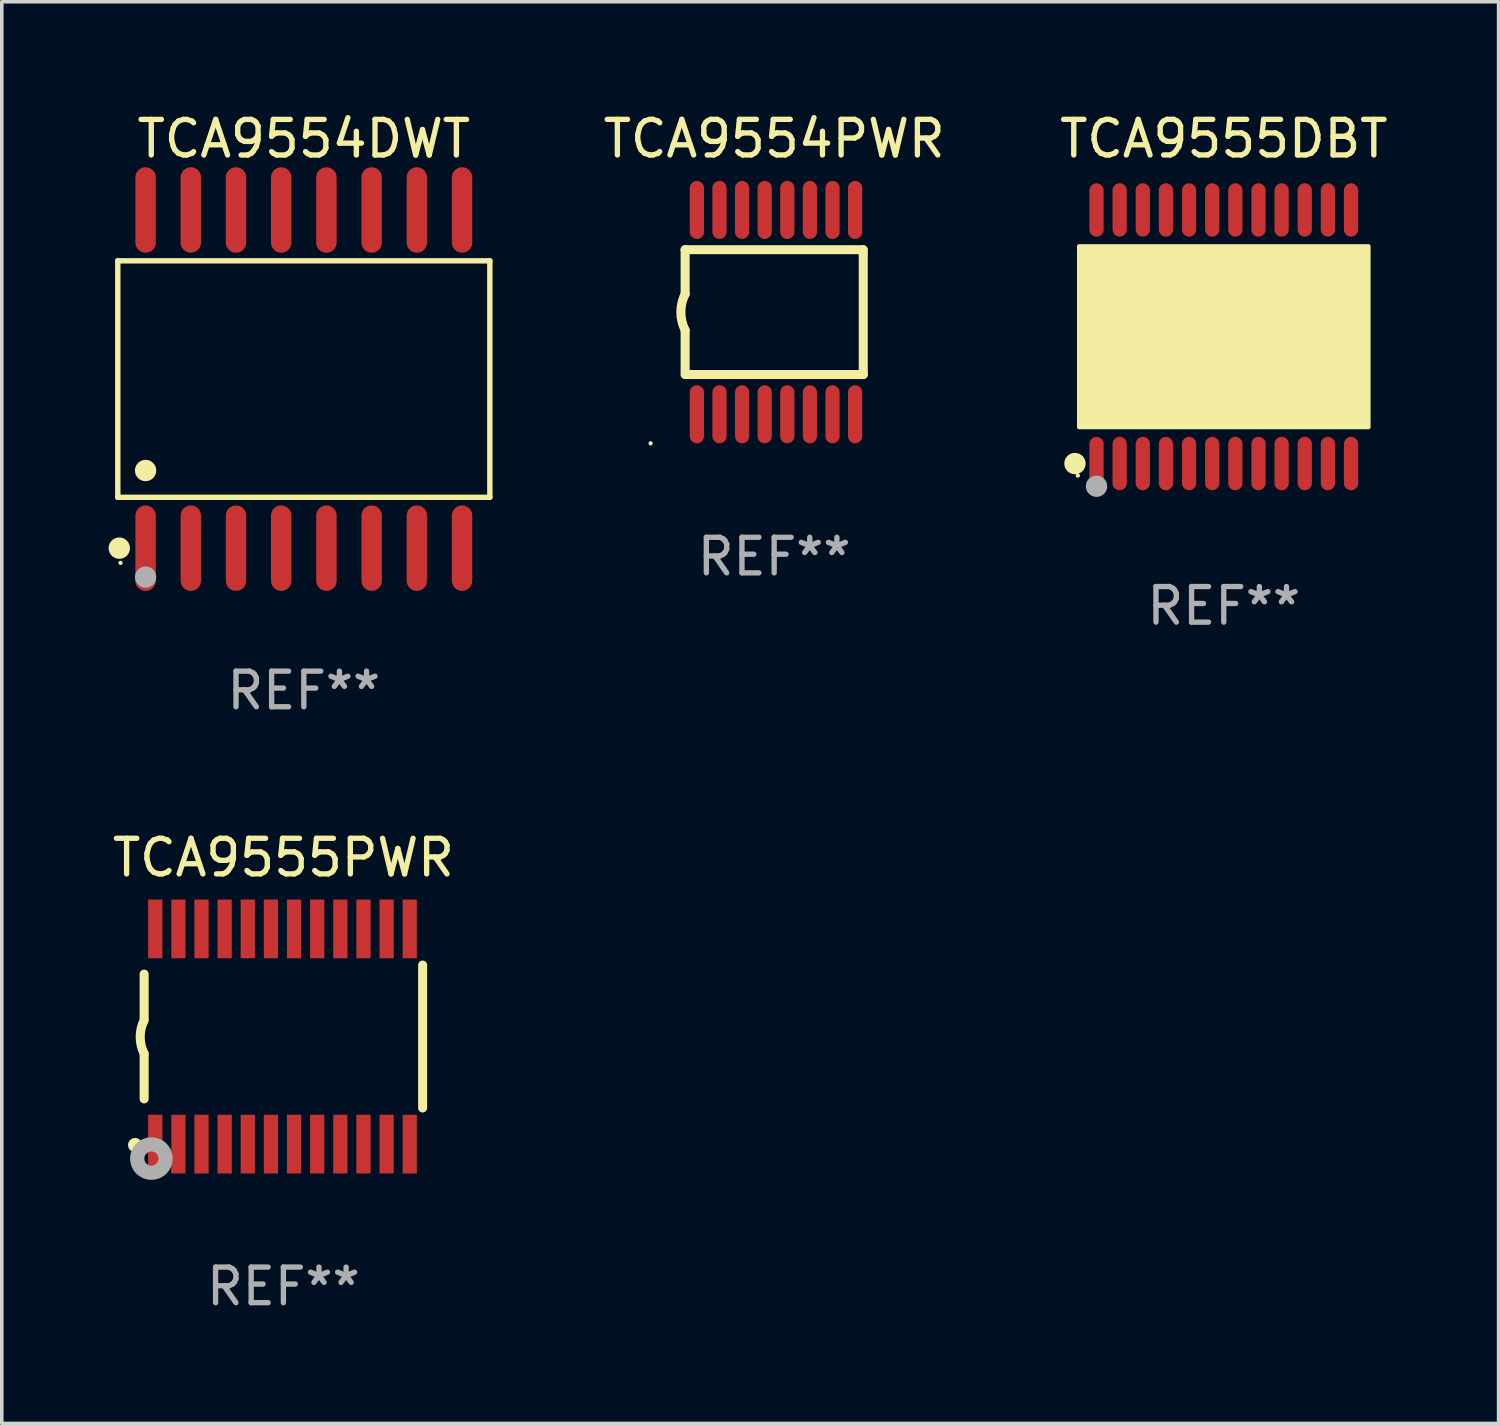
<source format=kicad_pcb>
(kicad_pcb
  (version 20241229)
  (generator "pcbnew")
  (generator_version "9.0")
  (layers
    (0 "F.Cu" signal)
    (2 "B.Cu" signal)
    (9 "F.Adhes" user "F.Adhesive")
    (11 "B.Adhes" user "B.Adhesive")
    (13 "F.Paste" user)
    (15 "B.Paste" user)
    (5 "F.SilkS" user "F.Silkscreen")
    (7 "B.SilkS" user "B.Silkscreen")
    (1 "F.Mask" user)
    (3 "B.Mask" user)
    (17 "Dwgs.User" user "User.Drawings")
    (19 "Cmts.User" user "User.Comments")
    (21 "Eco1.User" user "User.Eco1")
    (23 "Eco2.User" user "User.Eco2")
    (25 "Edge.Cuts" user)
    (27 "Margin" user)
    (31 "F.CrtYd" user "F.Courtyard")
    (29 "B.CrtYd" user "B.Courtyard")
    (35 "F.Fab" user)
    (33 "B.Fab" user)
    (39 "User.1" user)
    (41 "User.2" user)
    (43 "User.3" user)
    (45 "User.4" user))
  (footprint "TCA9554DWT"
    (layer "F.Cu")
    (at 5.485 7.599)
    (property "Reference" "TCA9554DWT" (at 0 -6.75 0) (layer "F.SilkS") (effects (font (size 1 1) (thickness 0.15))))
    (attr through_hole)
    (fp_line (start -5.226 -3.321) (end 5.226 -3.321) (stroke (width 0.152) (type solid)) (layer "F.SilkS"))
    (fp_line (start -5.226 3.321) (end -5.226 -3.321) (stroke (width 0.152) (type solid)) (layer "F.SilkS"))
    (fp_line (start 5.226 -3.321) (end 5.226 3.321) (stroke (width 0.152) (type solid)) (layer "F.SilkS"))
    (fp_line (start 5.226 3.321) (end -5.226 3.321) (stroke (width 0.152) (type solid)) (layer "F.SilkS"))
    (fp_circle (center -5.184 4.75) (end -5.034 4.75) (stroke (width 0.3) (type solid)) (fill no) (layer "F.SilkS"))
    (fp_circle (center -5.15 5.163) (end -5.12 5.163) (stroke (width 0.06) (type solid)) (fill no) (layer "F.SilkS"))
    (fp_circle (center -4.445 2.569) (end -4.295 2.569) (stroke (width 0.3) (type solid)) (fill no) (layer "F.SilkS"))
    (fp_circle (center -4.445 5.563) (end -4.295 5.563) (stroke (width 0.3) (type solid)) (fill no) (layer "F.Fab"))
    (fp_text user "REF**" (at 0 8.75 0) (layer "F.Fab") (effects (font (size 1 1) (thickness 0.15))))
    (pad "1" smd oval (at -4.445 4.75) (size 0.574 2.401) (layers "F.Cu" "F.Mask" "F.Paste"))
    (pad "2" smd oval (at -3.175 4.75) (size 0.574 2.401) (layers "F.Cu" "F.Mask" "F.Paste"))
    (pad "3" smd oval (at -1.905 4.75) (size 0.574 2.401) (layers "F.Cu" "F.Mask" "F.Paste"))
    (pad "4" smd oval (at -0.635 4.75) (size 0.574 2.401) (layers "F.Cu" "F.Mask" "F.Paste"))
    (pad "5" smd oval (at 0.635 4.75) (size 0.574 2.401) (layers "F.Cu" "F.Mask" "F.Paste"))
    (pad "6" smd oval (at 1.905 4.75) (size 0.574 2.401) (layers "F.Cu" "F.Mask" "F.Paste"))
    (pad "7" smd oval (at 3.175 4.75) (size 0.574 2.401) (layers "F.Cu" "F.Mask" "F.Paste"))
    (pad "8" smd oval (at 4.445 4.75) (size 0.574 2.401) (layers "F.Cu" "F.Mask" "F.Paste"))
    (pad "9" smd oval (at 4.445 -4.75) (size 0.574 2.401) (layers "F.Cu" "F.Mask" "F.Paste"))
    (pad "10" smd oval (at 3.175 -4.75) (size 0.574 2.401) (layers "F.Cu" "F.Mask" "F.Paste"))
    (pad "11" smd oval (at 1.905 -4.75) (size 0.574 2.401) (layers "F.Cu" "F.Mask" "F.Paste"))
    (pad "12" smd oval (at 0.635 -4.75) (size 0.574 2.401) (layers "F.Cu" "F.Mask" "F.Paste"))
    (pad "13" smd oval (at -0.635 -4.75) (size 0.574 2.401) (layers "F.Cu" "F.Mask" "F.Paste"))
    (pad "14" smd oval (at -1.905 -4.75) (size 0.574 2.401) (layers "F.Cu" "F.Mask" "F.Paste"))
    (pad "15" smd oval (at -3.175 -4.75) (size 0.574 2.401) (layers "F.Cu" "F.Mask" "F.Paste"))
    (pad "16" smd oval (at -4.445 -4.75) (size 0.574 2.401) (layers "F.Cu" "F.Mask" "F.Paste")))
  (footprint "TCA9555PWR"
    (layer "F.Cu")
    (at 4.911 26.068)
    (property "Reference" "TCA9555PWR" (at 0 -5.023 0) (layer "F.SilkS") (effects (font (size 1 1) (thickness 0.15))))
    (attr through_hole)
    (fp_line (start -3.912 -0.483) (end -3.912 -1.753) (stroke (width 0.254) (type solid)) (layer "F.SilkS"))
    (fp_line (start -3.912 1.753) (end -3.912 0.483) (stroke (width 0.254) (type solid)) (layer "F.SilkS"))
    (fp_line (start 3.912 -2.007) (end 3.912 2.007) (stroke (width 0.254) (type solid)) (layer "F.SilkS"))
    (fp_arc (start -3.911608 0.482601) (mid -4.022537 0.0127) (end -3.911608 -0.457201) (stroke (width 0.254001) (type solid)) (layer "F.SilkS"))
    (fp_circle (center -4.166 3.048) (end -4.066 3.048) (stroke (width 0.2) (type solid)) (fill no) (layer "F.SilkS"))
    (fp_circle (center -3.925 3.186) (end -3.895 3.186) (stroke (width 0.06) (type solid)) (fill no) (layer "F.SilkS"))
    (fp_circle (center -3.708 3.429) (end -3.509 3.429) (stroke (width 0.4) (type solid)) (fill no) (layer "F.Fab"))
    (fp_text user "REF**" (at 0 7.023 0) (layer "F.Fab") (effects (font (size 1 1) (thickness 0.15))))
    (pad "1" smd rect (at -3.6 3.023) (size 0.4 1.65) (layers "F.Cu" "F.Mask" "F.Paste"))
    (pad "2" smd rect (at -2.95 3.023) (size 0.4 1.65) (layers "F.Cu" "F.Mask" "F.Paste"))
    (pad "3" smd rect (at -2.3 3.023) (size 0.4 1.65) (layers "F.Cu" "F.Mask" "F.Paste"))
    (pad "4" smd rect (at -1.65 3.023) (size 0.4 1.65) (layers "F.Cu" "F.Mask" "F.Paste"))
    (pad "5" smd rect (at -1 3.023) (size 0.4 1.65) (layers "F.Cu" "F.Mask" "F.Paste"))
    (pad "6" smd rect (at -0.35 3.023) (size 0.4 1.65) (layers "F.Cu" "F.Mask" "F.Paste"))
    (pad "7" smd rect (at 0.299 3.023) (size 0.4 1.65) (layers "F.Cu" "F.Mask" "F.Paste"))
    (pad "8" smd rect (at 0.95 3.023) (size 0.4 1.65) (layers "F.Cu" "F.Mask" "F.Paste"))
    (pad "9" smd rect (at 1.6 3.023) (size 0.4 1.65) (layers "F.Cu" "F.Mask" "F.Paste"))
    (pad "10" smd rect (at 2.25 3.023) (size 0.4 1.65) (layers "F.Cu" "F.Mask" "F.Paste"))
    (pad "11" smd rect (at 2.9 3.023) (size 0.4 1.65) (layers "F.Cu" "F.Mask" "F.Paste"))
    (pad "12" smd rect (at 3.549 3.023) (size 0.4 1.65) (layers "F.Cu" "F.Mask" "F.Paste"))
    (pad "13" smd rect (at 3.549 -3.023) (size 0.4 1.65) (layers "F.Cu" "F.Mask" "F.Paste"))
    (pad "14" smd rect (at 2.9 -3.023) (size 0.4 1.65) (layers "F.Cu" "F.Mask" "F.Paste"))
    (pad "15" smd rect (at 2.25 -3.023) (size 0.4 1.65) (layers "F.Cu" "F.Mask" "F.Paste"))
    (pad "16" smd rect (at 1.6 -3.023) (size 0.4 1.65) (layers "F.Cu" "F.Mask" "F.Paste"))
    (pad "17" smd rect (at 0.95 -3.023) (size 0.4 1.65) (layers "F.Cu" "F.Mask" "F.Paste"))
    (pad "18" smd rect (at 0.299 -3.023) (size 0.4 1.65) (layers "F.Cu" "F.Mask" "F.Paste"))
    (pad "19" smd rect (at -0.35 -3.023) (size 0.4 1.65) (layers "F.Cu" "F.Mask" "F.Paste"))
    (pad "20" smd rect (at -1 -3.023) (size 0.4 1.65) (layers "F.Cu" "F.Mask" "F.Paste"))
    (pad "21" smd rect (at -1.65 -3.023) (size 0.4 1.65) (layers "F.Cu" "F.Mask" "F.Paste"))
    (pad "22" smd rect (at -2.3 -3.023) (size 0.4 1.65) (layers "F.Cu" "F.Mask" "F.Paste"))
    (pad "23" smd rect (at -2.95 -3.023) (size 0.4 1.65) (layers "F.Cu" "F.Mask" "F.Paste"))
    (pad "24" smd rect (at -3.6 -3.023) (size 0.4 1.65) (layers "F.Cu" "F.Mask" "F.Paste")))
  (footprint "TCA9555DBT"
    (layer "F.Cu")
    (at 31.329 6.41)
    (property "Reference" "TCA9555DBT" (at 0 -5.562 0) (layer "F.SilkS") (effects (font (size 1 1) (thickness 0.15))))
    (attr through_hole)
    (fp_circle (center -4.181 3.562) (end -4.031 3.562) (stroke (width 0.3) (type solid)) (fill no) (layer "F.SilkS"))
    (fp_circle (center -4.1 3.9) (end -4.07 3.9) (stroke (width 0.06) (type solid)) (fill no) (layer "F.SilkS"))
    (fp_circle (center -3.575 1.819) (end -3.425 1.819) (stroke (width 0.3) (type solid)) (fill no) (layer "F.SilkS"))
    (fp_poly (pts (xy -4.064 -2.54) (xy 4.064 -2.54) (xy 4.064 2.54) (xy -4.064 2.54)) (stroke (width 0.12) (type solid)) (fill yes) (layer "F.SilkS"))
    (fp_circle (center -3.575 4.2) (end -3.425 4.2) (stroke (width 0.3) (type solid)) (fill no) (layer "F.Fab"))
    (fp_text user "REF**" (at 0 7.562 0) (layer "F.Fab") (effects (font (size 1 1) (thickness 0.15))))
    (pad "1" smd oval (at -3.575 3.562) (size 0.4 1.5) (layers "F.Cu" "F.Mask" "F.Paste"))
    (pad "2" smd oval (at -2.925 3.562) (size 0.4 1.5) (layers "F.Cu" "F.Mask" "F.Paste"))
    (pad "3" smd oval (at -2.275 3.562) (size 0.4 1.5) (layers "F.Cu" "F.Mask" "F.Paste"))
    (pad "4" smd oval (at -1.625 3.562) (size 0.4 1.5) (layers "F.Cu" "F.Mask" "F.Paste"))
    (pad "5" smd oval (at -0.975 3.562) (size 0.4 1.5) (layers "F.Cu" "F.Mask" "F.Paste"))
    (pad "6" smd oval (at -0.325 3.562) (size 0.4 1.5) (layers "F.Cu" "F.Mask" "F.Paste"))
    (pad "7" smd oval (at 0.325 3.562) (size 0.4 1.5) (layers "F.Cu" "F.Mask" "F.Paste"))
    (pad "8" smd oval (at 0.975 3.562) (size 0.4 1.5) (layers "F.Cu" "F.Mask" "F.Paste"))
    (pad "9" smd oval (at 1.625 3.562) (size 0.4 1.5) (layers "F.Cu" "F.Mask" "F.Paste"))
    (pad "10" smd oval (at 2.275 3.562) (size 0.4 1.5) (layers "F.Cu" "F.Mask" "F.Paste"))
    (pad "11" smd oval (at 2.925 3.562) (size 0.4 1.5) (layers "F.Cu" "F.Mask" "F.Paste"))
    (pad "12" smd oval (at 3.575 3.562) (size 0.4 1.5) (layers "F.Cu" "F.Mask" "F.Paste"))
    (pad "13" smd oval (at 3.575 -3.562) (size 0.4 1.5) (layers "F.Cu" "F.Mask" "F.Paste"))
    (pad "14" smd oval (at 2.925 -3.562) (size 0.4 1.5) (layers "F.Cu" "F.Mask" "F.Paste"))
    (pad "15" smd oval (at 2.275 -3.562) (size 0.4 1.5) (layers "F.Cu" "F.Mask" "F.Paste"))
    (pad "16" smd oval (at 1.625 -3.562) (size 0.4 1.5) (layers "F.Cu" "F.Mask" "F.Paste"))
    (pad "17" smd oval (at 0.975 -3.562) (size 0.4 1.5) (layers "F.Cu" "F.Mask" "F.Paste"))
    (pad "18" smd oval (at 0.325 -3.562) (size 0.4 1.5) (layers "F.Cu" "F.Mask" "F.Paste"))
    (pad "19" smd oval (at -0.325 -3.562) (size 0.4 1.5) (layers "F.Cu" "F.Mask" "F.Paste"))
    (pad "20" smd oval (at -0.975 -3.562) (size 0.4 1.5) (layers "F.Cu" "F.Mask" "F.Paste"))
    (pad "21" smd oval (at -1.625 -3.562) (size 0.4 1.5) (layers "F.Cu" "F.Mask" "F.Paste"))
    (pad "22" smd oval (at -2.275 -3.562) (size 0.4 1.5) (layers "F.Cu" "F.Mask" "F.Paste"))
    (pad "23" smd oval (at -2.925 -3.562) (size 0.4 1.5) (layers "F.Cu" "F.Mask" "F.Paste"))
    (pad "24" smd oval (at -3.575 -3.562) (size 0.4 1.5) (layers "F.Cu" "F.Mask" "F.Paste")))
  (footprint "TCA9554PWR"
    (layer "F.Cu")
    (at 18.698 5.718)
    (property "Reference" "TCA9554PWR" (at 0 -4.87 0) (layer "F.SilkS") (effects (font (size 1 1) (thickness 0.15))))
    (attr through_hole)
    (fp_line (start -2.503 -1.753) (end 2.497 -1.753) (stroke (width 0.254) (type solid)) (layer "F.SilkS"))
    (fp_line (start -2.501 -0.508) (end -2.501 -1.753) (stroke (width 0.254) (type solid)) (layer "F.SilkS"))
    (fp_line (start -2.501 1.753) (end -2.501 0.508) (stroke (width 0.254) (type solid)) (layer "F.SilkS"))
    (fp_line (start -2.497 1.753) (end 2.503 1.753) (stroke (width 0.254) (type solid)) (layer "F.SilkS"))
    (fp_line (start 2.503 1.753) (end 2.503 -1.753) (stroke (width 0.254) (type solid)) (layer "F.SilkS"))
    (fp_arc (start -2.50127 0.508001) (mid -2.621193 0) (end -2.50127 -0.508001) (stroke (width 0.254001) (type solid)) (layer "F.SilkS"))
    (fp_circle (center -3.471 3.685) (end -3.441 3.685) (stroke (width 0.06) (type solid)) (fill no) (layer "F.SilkS"))
    (fp_text user "REF**" (at 0 6.87 0) (layer "F.Fab") (effects (font (size 1 1) (thickness 0.15))))
    (pad "1" smd oval (at -2.171 2.87 90) (size 1.63 0.4) (layers "F.Cu" "F.Mask" "F.Paste"))
    (pad "2" smd oval (at -1.536 2.87 90) (size 1.63 0.4) (layers "F.Cu" "F.Mask" "F.Paste"))
    (pad "3" smd oval (at -0.901 2.87 90) (size 1.63 0.4) (layers "F.Cu" "F.Mask" "F.Paste"))
    (pad "4" smd oval (at -0.266 2.87 90) (size 1.63 0.4) (layers "F.Cu" "F.Mask" "F.Paste"))
    (pad "5" smd oval (at 0.369 2.87 90) (size 1.63 0.4) (layers "F.Cu" "F.Mask" "F.Paste"))
    (pad "6" smd oval (at 1.004 2.87 90) (size 1.63 0.4) (layers "F.Cu" "F.Mask" "F.Paste"))
    (pad "7" smd oval (at 1.639 2.87 90) (size 1.63 0.4) (layers "F.Cu" "F.Mask" "F.Paste"))
    (pad "8" smd oval (at 2.274 2.87 90) (size 1.63 0.4) (layers "F.Cu" "F.Mask" "F.Paste"))
    (pad "9" smd oval (at 2.274 -2.87 270) (size 1.63 0.4) (layers "F.Cu" "F.Mask" "F.Paste"))
    (pad "10" smd oval (at 1.639 -2.87 270) (size 1.63 0.4) (layers "F.Cu" "F.Mask" "F.Paste"))
    (pad "11" smd oval (at 1.004 -2.87 270) (size 1.63 0.4) (layers "F.Cu" "F.Mask" "F.Paste"))
    (pad "12" smd oval (at 0.369 -2.87 270) (size 1.63 0.4) (layers "F.Cu" "F.Mask" "F.Paste"))
    (pad "13" smd oval (at -0.266 -2.87 270) (size 1.63 0.4) (layers "F.Cu" "F.Mask" "F.Paste"))
    (pad "14" smd oval (at -0.901 -2.87 270) (size 1.63 0.4) (layers "F.Cu" "F.Mask" "F.Paste"))
    (pad "15" smd oval (at -1.536 -2.87 270) (size 1.63 0.4) (layers "F.Cu" "F.Mask" "F.Paste"))
    (pad "16" smd oval (at -2.171 -2.87 270) (size 1.63 0.4) (layers "F.Cu" "F.Mask" "F.Paste")))
  (gr_rect
    (start -3 -3)
    (end 39.049 36.939)
    (stroke (width 0.1) (type default))
    (fill no)
    (layer "Edge.Cuts")))
</source>
